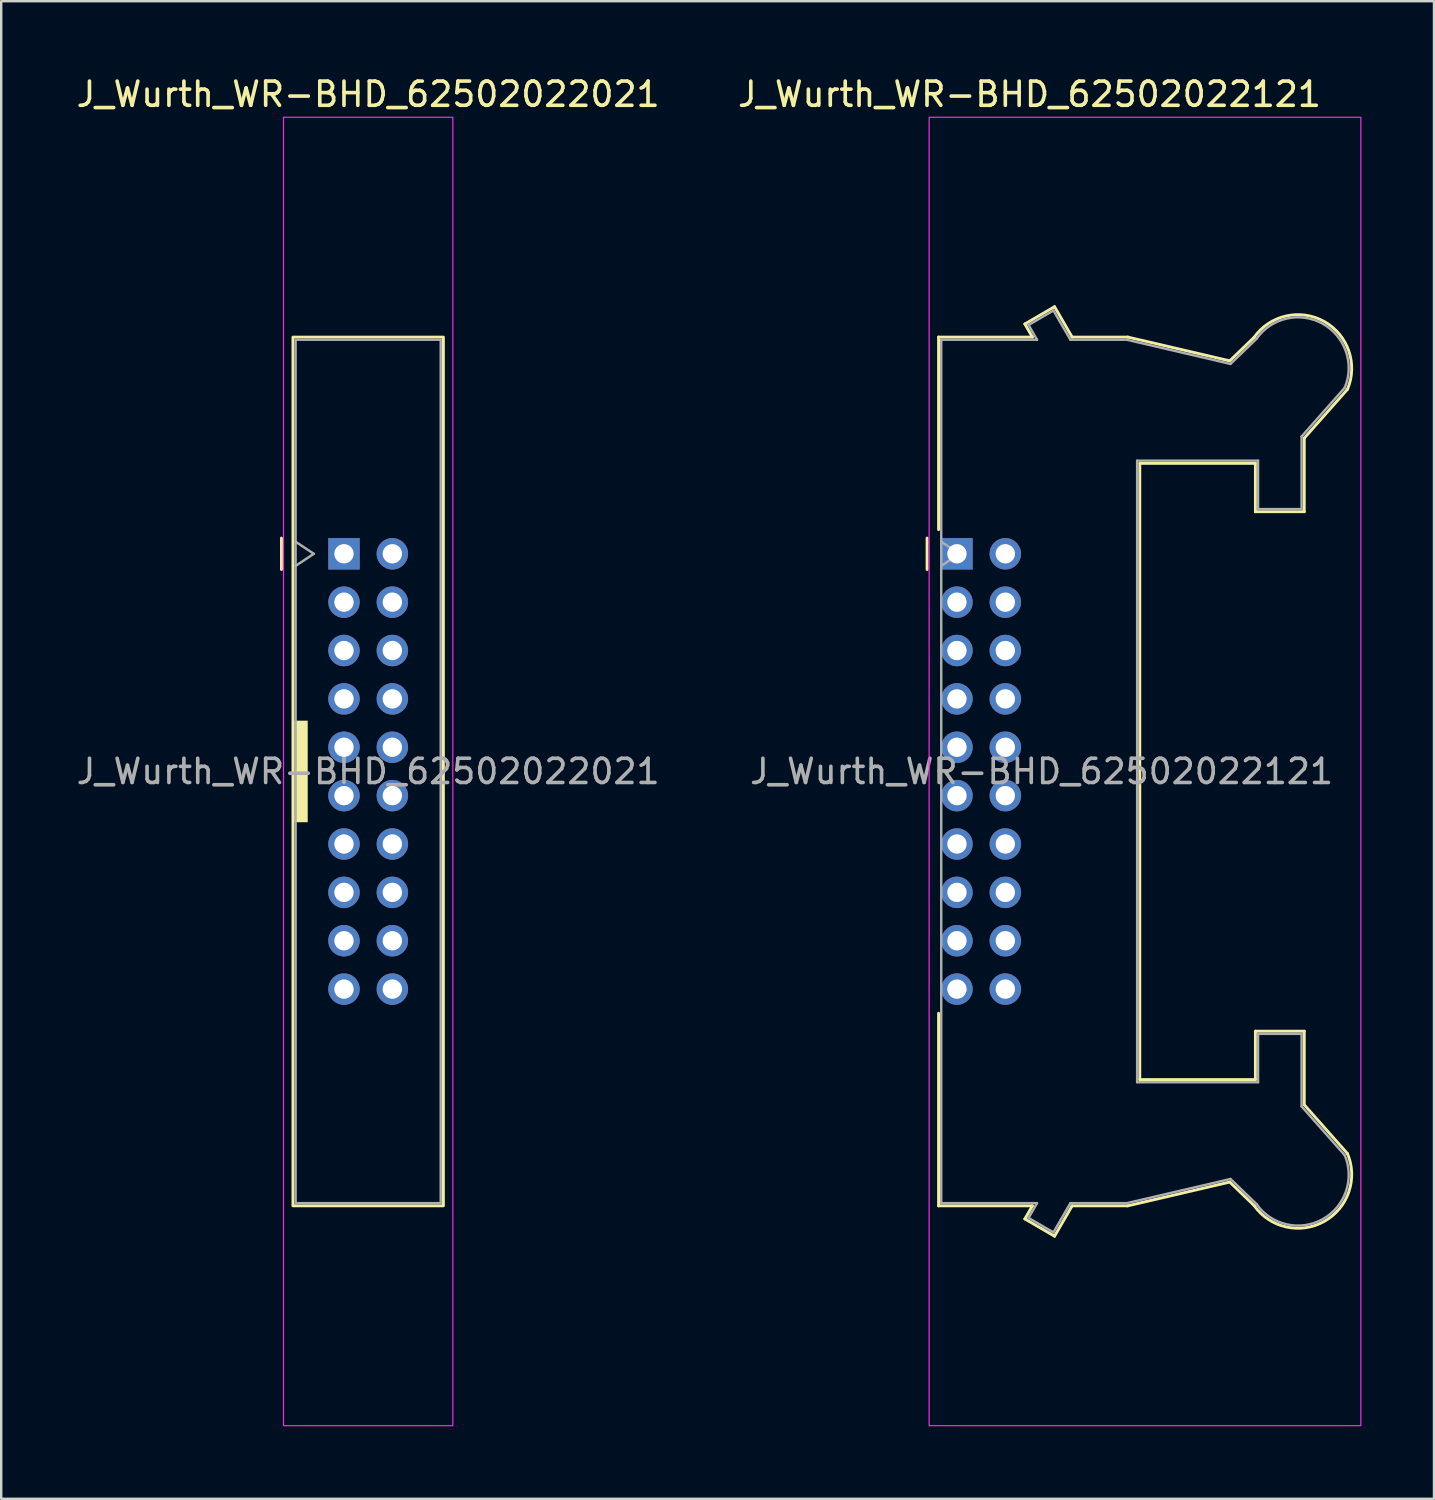
<source format=kicad_pcb>
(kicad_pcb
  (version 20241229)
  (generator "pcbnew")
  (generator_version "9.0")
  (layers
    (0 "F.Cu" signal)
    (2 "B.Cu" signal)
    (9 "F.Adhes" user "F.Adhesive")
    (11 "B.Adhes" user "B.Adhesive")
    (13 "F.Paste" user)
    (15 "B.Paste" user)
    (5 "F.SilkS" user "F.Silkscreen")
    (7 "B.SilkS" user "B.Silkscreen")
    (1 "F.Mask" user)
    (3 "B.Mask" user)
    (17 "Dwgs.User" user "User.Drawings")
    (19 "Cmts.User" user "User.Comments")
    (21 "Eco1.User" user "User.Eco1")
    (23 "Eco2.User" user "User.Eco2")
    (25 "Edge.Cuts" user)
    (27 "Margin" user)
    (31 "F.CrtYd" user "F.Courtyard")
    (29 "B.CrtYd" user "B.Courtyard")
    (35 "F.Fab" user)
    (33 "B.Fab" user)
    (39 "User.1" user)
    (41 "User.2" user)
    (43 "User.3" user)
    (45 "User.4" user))
  (footprint "J_Wurth_WR-BHD_62502022121"
    (layer "F.Cu")
    (at 36.518 19.848)
    (property "Reference" "J_Wurth_WR-BHD_62502022121" (at 3 -19 0) (unlocked yes) (layer "F.SilkS") (effects (font (size 1 1) (thickness 0.15))))
    (attr through_hole)
    (fp_line (start -1.235 -0.65) (end -1.235 0.65) (stroke (width 0.12) (type solid)) (layer "F.SilkS"))
    (fp_line (start -0.76 -8.96) (end 3.12 -8.96) (stroke (width 0.12) (type solid)) (layer "F.SilkS"))
    (fp_line (start -0.76 -1) (end -0.76 -8.96) (stroke (width 0.12) (type solid)) (layer "F.SilkS"))
    (fp_line (start -0.76 26.96) (end -0.76 19) (stroke (width 0.12) (type solid)) (layer "F.SilkS"))
    (fp_line (start -0.76 26.96) (end 3.12 26.96) (stroke (width 0.12) (type solid)) (layer "F.SilkS"))
    (fp_line (start 2.808 -9.502) (end 4.035 -10.216) (stroke (width 0.12) (type solid)) (layer "F.SilkS"))
    (fp_line (start 2.808 27.502) (end 4.035 28.216) (stroke (width 0.12) (type solid)) (layer "F.SilkS"))
    (fp_line (start 3.12 -8.96) (end 2.808 -9.502) (stroke (width 0.12) (type solid)) (layer "F.SilkS"))
    (fp_line (start 3.12 26.96) (end 2.808 27.502) (stroke (width 0.12) (type solid)) (layer "F.SilkS"))
    (fp_line (start 4.035 -10.216) (end 4.762 -8.96) (stroke (width 0.12) (type solid)) (layer "F.SilkS"))
    (fp_line (start 4.035 28.216) (end 4.762 26.96) (stroke (width 0.12) (type solid)) (layer "F.SilkS"))
    (fp_line (start 4.762 -8.96) (end 7.062 -8.96) (stroke (width 0.12) (type solid)) (layer "F.SilkS"))
    (fp_line (start 4.762 26.96) (end 7.062 26.96) (stroke (width 0.12) (type solid)) (layer "F.SilkS"))
    (fp_line (start 7.062 -8.96) (end 11.279 -7.977) (stroke (width 0.12) (type solid)) (layer "F.SilkS"))
    (fp_line (start 7.062 26.96) (end 11.279 25.977) (stroke (width 0.12) (type solid)) (layer "F.SilkS"))
    (fp_line (start 7.56 21.74) (end 7.56 -3.74) (stroke (width 0.12) (type solid)) (layer "F.SilkS"))
    (fp_line (start 11.279 -7.977) (end 12.285 -8.947) (stroke (width 0.12) (type solid)) (layer "F.SilkS"))
    (fp_line (start 11.279 25.977) (end 12.285 26.947) (stroke (width 0.12) (type solid)) (layer "F.SilkS"))
    (fp_line (start 12.34 -3.74) (end 7.56 -3.74) (stroke (width 0.12) (type solid)) (layer "F.SilkS"))
    (fp_line (start 12.34 -1.74) (end 12.34 -3.74) (stroke (width 0.12) (type solid)) (layer "F.SilkS"))
    (fp_line (start 12.34 19.74) (end 12.34 21.74) (stroke (width 0.12) (type solid)) (layer "F.SilkS"))
    (fp_line (start 12.34 21.74) (end 7.56 21.74) (stroke (width 0.12) (type solid)) (layer "F.SilkS"))
    (fp_line (start 14.36 -4.782) (end 14.36 -1.74) (stroke (width 0.12) (type solid)) (layer "F.SilkS"))
    (fp_line (start 14.36 -1.74) (end 12.34 -1.74) (stroke (width 0.12) (type solid)) (layer "F.SilkS"))
    (fp_line (start 14.36 19.74) (end 12.34 19.74) (stroke (width 0.12) (type solid)) (layer "F.SilkS"))
    (fp_line (start 14.36 22.782) (end 14.36 19.74) (stroke (width 0.12) (type solid)) (layer "F.SilkS"))
    (fp_line (start 16.148 -6.803) (end 14.362 -4.785) (stroke (width 0.12) (type solid)) (layer "F.SilkS"))
    (fp_line (start 16.148 24.803) (end 14.362 22.785) (stroke (width 0.12) (type solid)) (layer "F.SilkS"))
    (fp_arc (start 12.284536 -8.946538) (mid 15.178015 -9.608271) (end 16.148123 -6.803098) (stroke (width 0.12) (type solid)) (layer "F.SilkS"))
    (fp_arc (start 16.148123 24.803098) (mid 15.178016 27.608273) (end 12.284536 26.946538) (stroke (width 0.12) (type solid)) (layer "F.SilkS"))
    (fp_rect (start -1.15 -18.05) (end 16.7 36.05) (stroke (width 0.05) (type solid)) (fill no) (layer "F.CrtYd"))
    (fp_line (start -0.65 -8.85) (end 3.311 -8.85) (stroke (width 0.1) (type solid)) (layer "F.Fab"))
    (fp_line (start -0.65 26.85) (end -0.65 -8.85) (stroke (width 0.1) (type solid)) (layer "F.Fab"))
    (fp_line (start -0.65 26.85) (end 3.311 26.85) (stroke (width 0.1) (type solid)) (layer "F.Fab"))
    (fp_line (start 0.1 0) (end -0.65 -0.5) (stroke (width 0.1) (type solid)) (layer "F.Fab"))
    (fp_line (start 0.1 0) (end -0.65 0.5) (stroke (width 0.1) (type solid)) (layer "F.Fab"))
    (fp_line (start 2.96 -9.46) (end 3.99 -10.06) (stroke (width 0.1) (type solid)) (layer "F.Fab"))
    (fp_line (start 2.96 27.46) (end 3.99 28.06) (stroke (width 0.1) (type solid)) (layer "F.Fab"))
    (fp_line (start 3.311 -8.85) (end 2.96 -9.46) (stroke (width 0.1) (type solid)) (layer "F.Fab"))
    (fp_line (start 3.311 26.85) (end 2.96 27.46) (stroke (width 0.1) (type solid)) (layer "F.Fab"))
    (fp_line (start 3.99 -10.06) (end 4.69 -8.85) (stroke (width 0.1) (type solid)) (layer "F.Fab"))
    (fp_line (start 3.99 28.06) (end 4.69 26.85) (stroke (width 0.1) (type solid)) (layer "F.Fab"))
    (fp_line (start 4.69 -8.85) (end 7.02 -8.85) (stroke (width 0.1) (type solid)) (layer "F.Fab"))
    (fp_line (start 4.69 26.85) (end 7.02 26.85) (stroke (width 0.1) (type solid)) (layer "F.Fab"))
    (fp_line (start 7.02 -8.85) (end 11.31 -7.85) (stroke (width 0.1) (type solid)) (layer "F.Fab"))
    (fp_line (start 7.02 26.85) (end 11.31 25.85) (stroke (width 0.1) (type solid)) (layer "F.Fab"))
    (fp_line (start 7.45 21.85) (end 7.45 -3.85) (stroke (width 0.1) (type solid)) (layer "F.Fab"))
    (fp_line (start 11.31 -7.85) (end 12.386 -8.89) (stroke (width 0.1) (type solid)) (layer "F.Fab"))
    (fp_line (start 11.31 25.85) (end 12.387 26.89) (stroke (width 0.1) (type solid)) (layer "F.Fab"))
    (fp_line (start 12.45 -3.85) (end 7.45 -3.85) (stroke (width 0.1) (type solid)) (layer "F.Fab"))
    (fp_line (start 12.45 -1.85) (end 12.45 -3.85) (stroke (width 0.1) (type solid)) (layer "F.Fab"))
    (fp_line (start 12.45 19.85) (end 12.45 21.85) (stroke (width 0.1) (type solid)) (layer "F.Fab"))
    (fp_line (start 12.45 21.85) (end 7.45 21.85) (stroke (width 0.1) (type solid)) (layer "F.Fab"))
    (fp_line (start 14.25 -4.85) (end 14.25 -1.85) (stroke (width 0.1) (type solid)) (layer "F.Fab"))
    (fp_line (start 14.25 -1.85) (end 12.45 -1.85) (stroke (width 0.1) (type solid)) (layer "F.Fab"))
    (fp_line (start 14.25 19.85) (end 12.45 19.85) (stroke (width 0.1) (type solid)) (layer "F.Fab"))
    (fp_line (start 14.25 22.85) (end 14.25 19.85) (stroke (width 0.1) (type solid)) (layer "F.Fab"))
    (fp_line (start 16.034 24.866) (end 14.25 22.85) (stroke (width 0.1) (type solid)) (layer "F.Fab"))
    (fp_line (start 16.034 -6.866) (end 14.25 -4.85) (stroke (width 0.1) (type solid)) (layer "F.Fab"))
    (fp_arc (start 12.385693 -8.89) (mid 15.117944 -9.514867) (end 16.033999 -6.866) (stroke (width 0.1) (type solid)) (layer "F.Fab"))
    (fp_arc (start 16.033999 24.866) (mid 15.117944 27.514867) (end 12.385693 26.89) (stroke (width 0.1) (type solid)) (layer "F.Fab"))
    (fp_text user "${REFERENCE}" (at 3.5 9 0) (unlocked yes) (layer "F.Fab") (effects (font (size 1 1) (thickness 0.15))))
    (pad "1" thru_hole rect (at 0 0 270) (size 1.3 1.3) (drill 0.8) (layers "*.Cu" "*.Mask"))
    (pad "2" thru_hole circle (at 2 0 270) (size 1.3 1.3) (drill 0.8) (layers "*.Cu" "*.Mask"))
    (pad "3" thru_hole circle (at 0 2 270) (size 1.3 1.3) (drill 0.8) (layers "*.Cu" "*.Mask"))
    (pad "4" thru_hole circle (at 2 2 270) (size 1.3 1.3) (drill 0.8) (layers "*.Cu" "*.Mask"))
    (pad "5" thru_hole circle (at 0 4 270) (size 1.3 1.3) (drill 0.8) (layers "*.Cu" "*.Mask"))
    (pad "6" thru_hole circle (at 2 4 270) (size 1.3 1.3) (drill 0.8) (layers "*.Cu" "*.Mask"))
    (pad "7" thru_hole circle (at 0 6 270) (size 1.3 1.3) (drill 0.8) (layers "*.Cu" "*.Mask"))
    (pad "8" thru_hole circle (at 2 6 270) (size 1.3 1.3) (drill 0.8) (layers "*.Cu" "*.Mask"))
    (pad "9" thru_hole circle (at 0 8 270) (size 1.3 1.3) (drill 0.8) (layers "*.Cu" "*.Mask"))
    (pad "10" thru_hole circle (at 2 8 270) (size 1.3 1.3) (drill 0.8) (layers "*.Cu" "*.Mask"))
    (pad "11" thru_hole circle (at 0 10 270) (size 1.3 1.3) (drill 0.8) (layers "*.Cu" "*.Mask"))
    (pad "12" thru_hole circle (at 2 10 270) (size 1.3 1.3) (drill 0.8) (layers "*.Cu" "*.Mask"))
    (pad "13" thru_hole circle (at 0 12 270) (size 1.3 1.3) (drill 0.8) (layers "*.Cu" "*.Mask"))
    (pad "14" thru_hole circle (at 2 12 270) (size 1.3 1.3) (drill 0.8) (layers "*.Cu" "*.Mask"))
    (pad "15" thru_hole circle (at 0 14 270) (size 1.3 1.3) (drill 0.8) (layers "*.Cu" "*.Mask"))
    (pad "16" thru_hole circle (at 2 14 270) (size 1.3 1.3) (drill 0.8) (layers "*.Cu" "*.Mask"))
    (pad "17" thru_hole circle (at 0 16 270) (size 1.3 1.3) (drill 0.8) (layers "*.Cu" "*.Mask"))
    (pad "18" thru_hole circle (at 2 16 270) (size 1.3 1.3) (drill 0.8) (layers "*.Cu" "*.Mask"))
    (pad "19" thru_hole circle (at 0 18 270) (size 1.3 1.3) (drill 0.8) (layers "*.Cu" "*.Mask"))
    (pad "20" thru_hole circle (at 2 18 270) (size 1.3 1.3) (drill 0.8) (layers "*.Cu" "*.Mask")))
  (footprint "J_Wurth_WR-BHD_62502022021"
    (layer "F.Cu")
    (at 11.173 19.848)
    (property "Reference" "J_Wurth_WR-BHD_62502022021" (at 1 -19 0) (unlocked yes) (layer "F.SilkS") (effects (font (size 1 1) (thickness 0.15))))
    (attr through_hole)
    (fp_line (start -2.585 -0.65) (end -2.585 0.65) (stroke (width 0.12) (type solid)) (layer "F.SilkS"))
    (fp_rect (start -2.11 -8.96) (end 4.11 26.96) (stroke (width 0.12) (type solid)) (fill no) (layer "F.SilkS"))
    (fp_rect (start -2.05 6.9) (end -1.5 11.1) (stroke (width 0) (type default)) (fill yes) (layer "F.SilkS"))
    (fp_rect (start -2.5 -18.05) (end 4.5 36.05) (stroke (width 0.05) (type solid)) (fill no) (layer "F.CrtYd"))
    (fp_line (start -1.25 0) (end -2 -0.5) (stroke (width 0.1) (type solid)) (layer "F.Fab"))
    (fp_line (start -1.25 0) (end -2 0.5) (stroke (width 0.1) (type solid)) (layer "F.Fab"))
    (fp_rect (start -2 -8.85) (end 4 26.85) (stroke (width 0.1) (type solid)) (fill no) (layer "F.Fab"))
    (fp_text user "${REFERENCE}" (at 1 9 0) (unlocked yes) (layer "F.Fab") (effects (font (size 1 1) (thickness 0.15))))
    (pad "1" thru_hole rect (at 0 0 270) (size 1.3 1.3) (drill 0.8) (layers "*.Cu" "*.Mask"))
    (pad "2" thru_hole circle (at 2 0 270) (size 1.3 1.3) (drill 0.8) (layers "*.Cu" "*.Mask"))
    (pad "3" thru_hole circle (at 0 2 270) (size 1.3 1.3) (drill 0.8) (layers "*.Cu" "*.Mask"))
    (pad "4" thru_hole circle (at 2 2 270) (size 1.3 1.3) (drill 0.8) (layers "*.Cu" "*.Mask"))
    (pad "5" thru_hole circle (at 0 4 270) (size 1.3 1.3) (drill 0.8) (layers "*.Cu" "*.Mask"))
    (pad "6" thru_hole circle (at 2 4 270) (size 1.3 1.3) (drill 0.8) (layers "*.Cu" "*.Mask"))
    (pad "7" thru_hole circle (at 0 6 270) (size 1.3 1.3) (drill 0.8) (layers "*.Cu" "*.Mask"))
    (pad "8" thru_hole circle (at 2 6 270) (size 1.3 1.3) (drill 0.8) (layers "*.Cu" "*.Mask"))
    (pad "9" thru_hole circle (at 0 8 270) (size 1.3 1.3) (drill 0.8) (layers "*.Cu" "*.Mask"))
    (pad "10" thru_hole circle (at 2 8 270) (size 1.3 1.3) (drill 0.8) (layers "*.Cu" "*.Mask"))
    (pad "11" thru_hole circle (at 0 10 270) (size 1.3 1.3) (drill 0.8) (layers "*.Cu" "*.Mask"))
    (pad "12" thru_hole circle (at 2 10 270) (size 1.3 1.3) (drill 0.8) (layers "*.Cu" "*.Mask"))
    (pad "13" thru_hole circle (at 0 12 270) (size 1.3 1.3) (drill 0.8) (layers "*.Cu" "*.Mask"))
    (pad "14" thru_hole circle (at 2 12 270) (size 1.3 1.3) (drill 0.8) (layers "*.Cu" "*.Mask"))
    (pad "15" thru_hole circle (at 0 14 270) (size 1.3 1.3) (drill 0.8) (layers "*.Cu" "*.Mask"))
    (pad "16" thru_hole circle (at 2 14 270) (size 1.3 1.3) (drill 0.8) (layers "*.Cu" "*.Mask"))
    (pad "17" thru_hole circle (at 0 16 270) (size 1.3 1.3) (drill 0.8) (layers "*.Cu" "*.Mask"))
    (pad "18" thru_hole circle (at 2 16 270) (size 1.3 1.3) (drill 0.8) (layers "*.Cu" "*.Mask"))
    (pad "19" thru_hole circle (at 0 18 270) (size 1.3 1.3) (drill 0.8) (layers "*.Cu" "*.Mask"))
    (pad "20" thru_hole circle (at 2 18 270) (size 1.3 1.3) (drill 0.8) (layers "*.Cu" "*.Mask")))
  (gr_rect
    (start -3 -3)
    (end 56.243 58.923)
    (stroke (width 0.1) (type default))
    (fill no)
    (layer "Edge.Cuts")))
</source>
